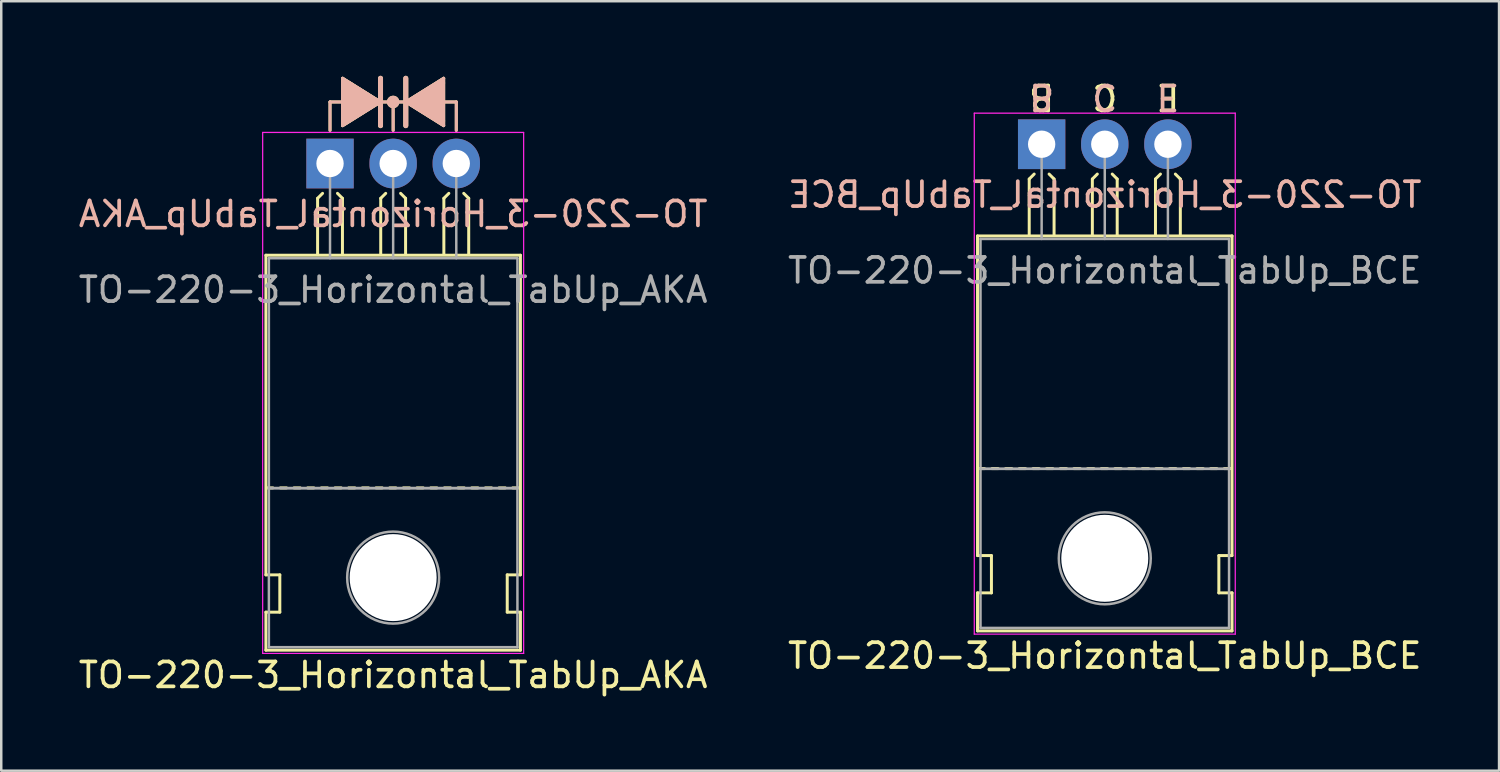
<source format=kicad_pcb>
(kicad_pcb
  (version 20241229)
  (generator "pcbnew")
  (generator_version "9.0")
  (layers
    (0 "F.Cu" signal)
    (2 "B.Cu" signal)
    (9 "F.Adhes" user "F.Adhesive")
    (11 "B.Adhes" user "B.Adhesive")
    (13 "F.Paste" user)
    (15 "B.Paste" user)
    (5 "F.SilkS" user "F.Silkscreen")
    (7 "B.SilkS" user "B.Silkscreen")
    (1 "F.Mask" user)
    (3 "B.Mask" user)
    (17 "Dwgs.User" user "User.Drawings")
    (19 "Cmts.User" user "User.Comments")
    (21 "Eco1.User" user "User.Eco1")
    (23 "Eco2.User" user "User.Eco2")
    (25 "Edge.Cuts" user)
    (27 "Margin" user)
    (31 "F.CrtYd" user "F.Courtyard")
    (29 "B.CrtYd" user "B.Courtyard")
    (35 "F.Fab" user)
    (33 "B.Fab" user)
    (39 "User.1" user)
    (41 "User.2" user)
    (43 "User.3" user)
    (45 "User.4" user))
  (footprint "TO-220-3_Horizontal_TabUp_AKA"
    (layer "F.Cu")
    (at 10.228 3.529)
    (property "Reference" "TO-220-3_Horizontal_TabUp_AKA" (at 2.54 20.58 0) (layer "F.SilkS") (effects (font (size 1 1) (thickness 0.15))))
    (fp_line (start -2.58 16.55) (end -2.58 3.69) (stroke (width 0.12) (type solid)) (layer "F.SilkS"))
    (fp_line (start -2.58 16.55) (end -2.02 16.55) (stroke (width 0.12) (type solid)) (layer "F.SilkS"))
    (fp_line (start -2.58 19.58) (end -2.58 18.05) (stroke (width 0.12) (type solid)) (layer "F.SilkS"))
    (fp_line (start -2.3 13.05) (end -2.55 13.05) (stroke (width 0.12) (type solid)) (layer "F.SilkS"))
    (fp_line (start -2.02 16.55) (end -2.02 18.05) (stroke (width 0.12) (type solid)) (layer "F.SilkS"))
    (fp_line (start -2.02 18.05) (end -2.58 18.05) (stroke (width 0.12) (type solid)) (layer "F.SilkS"))
    (fp_line (start -1.75 13.05) (end -2 13.05) (stroke (width 0.12) (type solid)) (layer "F.SilkS"))
    (fp_line (start -1.2 13.05) (end -1.45 13.05) (stroke (width 0.12) (type solid)) (layer "F.SilkS"))
    (fp_line (start -0.65 13.05) (end -0.9 13.05) (stroke (width 0.12) (type solid)) (layer "F.SilkS"))
    (fp_line (start -0.5 1.4) (end -0.3 1.2) (stroke (width 0.12) (type solid)) (layer "F.SilkS"))
    (fp_line (start -0.5 3.65) (end -0.5 1.4) (stroke (width 0.12) (type solid)) (layer "F.SilkS"))
    (fp_line (start -0.1 13.05) (end -0.35 13.05) (stroke (width 0.12) (type solid)) (layer "F.SilkS"))
    (fp_line (start 0 -2.477) (end 0.508 -2.477) (stroke (width 0.12) (type solid)) (layer "F.SilkS"))
    (fp_line (start 0 -1.333) (end 0 -2.477) (stroke (width 0.12) (type solid)) (layer "F.SilkS"))
    (fp_line (start 0.45 13.05) (end 0.2 13.05) (stroke (width 0.12) (type solid)) (layer "F.SilkS"))
    (fp_line (start 0.5 1.4) (end 0.3 1.2) (stroke (width 0.12) (type solid)) (layer "F.SilkS"))
    (fp_line (start 0.5 3.65) (end 0.5 1.4) (stroke (width 0.12) (type solid)) (layer "F.SilkS"))
    (fp_line (start 0.508 -3.429) (end 0.508 -1.524) (stroke (width 0.12) (type solid)) (layer "F.SilkS"))
    (fp_line (start 0.508 -1.524) (end 2.032 -2.477) (stroke (width 0.12) (type solid)) (layer "F.SilkS"))
    (fp_line (start 1 13.05) (end 0.75 13.05) (stroke (width 0.12) (type solid)) (layer "F.SilkS"))
    (fp_line (start 1.55 13.05) (end 1.3 13.05) (stroke (width 0.12) (type solid)) (layer "F.SilkS"))
    (fp_line (start 2.032 -2.477) (end 0.508 -3.429) (stroke (width 0.12) (type solid)) (layer "F.SilkS"))
    (fp_line (start 2.032 -1.524) (end 2.032 -3.429) (stroke (width 0.2) (type solid)) (layer "F.SilkS"))
    (fp_line (start 2.04 1.4) (end 2.24 1.2) (stroke (width 0.12) (type solid)) (layer "F.SilkS"))
    (fp_line (start 2.04 3.65) (end 2.04 1.4) (stroke (width 0.12) (type solid)) (layer "F.SilkS"))
    (fp_line (start 2.1 13.05) (end 1.85 13.05) (stroke (width 0.12) (type solid)) (layer "F.SilkS"))
    (fp_line (start 2.54 -2.477) (end 2.032 -2.477) (stroke (width 0.12) (type solid)) (layer "F.SilkS"))
    (fp_line (start 2.54 -2.477) (end 3.048 -2.477) (stroke (width 0.12) (type solid)) (layer "F.SilkS"))
    (fp_line (start 2.54 -1.333) (end 2.54 -2.477) (stroke (width 0.12) (type solid)) (layer "F.SilkS"))
    (fp_line (start 2.65 13.05) (end 2.4 13.05) (stroke (width 0.12) (type solid)) (layer "F.SilkS"))
    (fp_line (start 3.04 1.4) (end 2.84 1.2) (stroke (width 0.12) (type solid)) (layer "F.SilkS"))
    (fp_line (start 3.04 3.65) (end 3.04 1.4) (stroke (width 0.12) (type solid)) (layer "F.SilkS"))
    (fp_line (start 3.048 -3.429) (end 3.048 -1.524) (stroke (width 0.2) (type solid)) (layer "F.SilkS"))
    (fp_line (start 3.048 -2.477) (end 4.572 -3.429) (stroke (width 0.12) (type solid)) (layer "F.SilkS"))
    (fp_line (start 3.048 -2.477) (end 4.572 -1.524) (stroke (width 0.12) (type solid)) (layer "F.SilkS"))
    (fp_line (start 3.2 13.05) (end 2.95 13.05) (stroke (width 0.12) (type solid)) (layer "F.SilkS"))
    (fp_line (start 3.75 13.05) (end 3.5 13.05) (stroke (width 0.12) (type solid)) (layer "F.SilkS"))
    (fp_line (start 4.3 13.05) (end 4.05 13.05) (stroke (width 0.12) (type solid)) (layer "F.SilkS"))
    (fp_line (start 4.572 -3.239) (end 4.572 -3.429) (stroke (width 0.12) (type solid)) (layer "F.SilkS"))
    (fp_line (start 4.572 -1.714) (end 4.572 -3.239) (stroke (width 0.12) (type solid)) (layer "F.SilkS"))
    (fp_line (start 4.572 -1.714) (end 4.572 -1.524) (stroke (width 0.12) (type solid)) (layer "F.SilkS"))
    (fp_line (start 4.58 1.4) (end 4.78 1.2) (stroke (width 0.12) (type solid)) (layer "F.SilkS"))
    (fp_line (start 4.58 3.65) (end 4.58 1.4) (stroke (width 0.12) (type solid)) (layer "F.SilkS"))
    (fp_line (start 4.85 13.05) (end 4.6 13.05) (stroke (width 0.12) (type solid)) (layer "F.SilkS"))
    (fp_line (start 5.08 -2.477) (end 4.572 -2.477) (stroke (width 0.12) (type solid)) (layer "F.SilkS"))
    (fp_line (start 5.08 -1.333) (end 5.08 -2.477) (stroke (width 0.12) (type solid)) (layer "F.SilkS"))
    (fp_line (start 5.4 13.05) (end 5.15 13.05) (stroke (width 0.12) (type solid)) (layer "F.SilkS"))
    (fp_line (start 5.58 1.4) (end 5.38 1.2) (stroke (width 0.12) (type solid)) (layer "F.SilkS"))
    (fp_line (start 5.58 3.65) (end 5.58 1.4) (stroke (width 0.12) (type solid)) (layer "F.SilkS"))
    (fp_line (start 5.95 13.05) (end 5.7 13.05) (stroke (width 0.12) (type solid)) (layer "F.SilkS"))
    (fp_line (start 6.5 13.05) (end 6.25 13.05) (stroke (width 0.12) (type solid)) (layer "F.SilkS"))
    (fp_line (start 7.05 13.05) (end 6.8 13.05) (stroke (width 0.12) (type solid)) (layer "F.SilkS"))
    (fp_line (start 7.13 16.55) (end 7.655 16.55) (stroke (width 0.12) (type solid)) (layer "F.SilkS"))
    (fp_line (start 7.13 18.05) (end 7.13 16.55) (stroke (width 0.12) (type solid)) (layer "F.SilkS"))
    (fp_line (start 7.6 13.05) (end 7.35 13.05) (stroke (width 0.12) (type solid)) (layer "F.SilkS"))
    (fp_line (start 7.66 3.69) (end -2.58 3.69) (stroke (width 0.12) (type solid)) (layer "F.SilkS"))
    (fp_line (start 7.66 16.55) (end 7.66 3.69) (stroke (width 0.12) (type solid)) (layer "F.SilkS"))
    (fp_line (start 7.66 18.05) (end 7.13 18.05) (stroke (width 0.12) (type solid)) (layer "F.SilkS"))
    (fp_line (start 7.66 19.58) (end -2.58 19.58) (stroke (width 0.12) (type solid)) (layer "F.SilkS"))
    (fp_line (start 7.66 19.58) (end 7.66 18.05) (stroke (width 0.12) (type solid)) (layer "F.SilkS"))
    (fp_circle (center 2.54 -2.477) (end 2.54 -2.667) (stroke (width 0.12) (type solid)) (fill no) (layer "F.SilkS"))
    (fp_circle (center 2.54 -2.477) (end 2.54 -2.603) (stroke (width 0.12) (type solid)) (fill no) (layer "F.SilkS"))
    (fp_circle (center 2.54 -2.477) (end 2.54 -2.54) (stroke (width 0.12) (type solid)) (fill no) (layer "F.SilkS"))
    (fp_poly (pts (xy 0.508 -3.429) (xy 2.032 -2.477) (xy 0.508 -1.524)) (stroke (width 0.1) (type solid)) (fill yes) (layer "F.SilkS"))
    (fp_poly (pts (xy 3.048 -2.477) (xy 4.572 -3.429) (xy 4.572 -1.524)) (stroke (width 0.1) (type solid)) (fill yes) (layer "F.SilkS"))
    (fp_line (start 0 -2.477) (end 0.508 -2.477) (stroke (width 0.12) (type solid)) (layer "B.SilkS"))
    (fp_line (start 0 -1.333) (end 0 -2.477) (stroke (width 0.12) (type solid)) (layer "B.SilkS"))
    (fp_line (start 0.508 -3.239) (end 0.508 -3.429) (stroke (width 0.12) (type solid)) (layer "B.SilkS"))
    (fp_line (start 0.508 -1.714) (end 0.508 -3.239) (stroke (width 0.12) (type solid)) (layer "B.SilkS"))
    (fp_line (start 0.508 -1.714) (end 0.508 -1.524) (stroke (width 0.12) (type solid)) (layer "B.SilkS"))
    (fp_line (start 2.032 -3.429) (end 2.032 -1.524) (stroke (width 0.2) (type solid)) (layer "B.SilkS"))
    (fp_line (start 2.032 -2.477) (end 0.508 -3.429) (stroke (width 0.12) (type solid)) (layer "B.SilkS"))
    (fp_line (start 2.032 -2.477) (end 0.508 -1.524) (stroke (width 0.12) (type solid)) (layer "B.SilkS"))
    (fp_line (start 2.54 -2.477) (end 2.032 -2.477) (stroke (width 0.12) (type solid)) (layer "B.SilkS"))
    (fp_line (start 2.54 -2.477) (end 3.048 -2.477) (stroke (width 0.12) (type solid)) (layer "B.SilkS"))
    (fp_line (start 2.54 -1.333) (end 2.54 -2.477) (stroke (width 0.12) (type solid)) (layer "B.SilkS"))
    (fp_line (start 3.048 -2.477) (end 4.572 -3.429) (stroke (width 0.12) (type solid)) (layer "B.SilkS"))
    (fp_line (start 3.048 -1.524) (end 3.048 -3.429) (stroke (width 0.2) (type solid)) (layer "B.SilkS"))
    (fp_line (start 4.572 -3.429) (end 4.572 -1.524) (stroke (width 0.12) (type solid)) (layer "B.SilkS"))
    (fp_line (start 4.572 -1.524) (end 3.048 -2.477) (stroke (width 0.12) (type solid)) (layer "B.SilkS"))
    (fp_line (start 5.08 -2.477) (end 4.572 -2.477) (stroke (width 0.12) (type solid)) (layer "B.SilkS"))
    (fp_line (start 5.08 -1.333) (end 5.08 -2.477) (stroke (width 0.12) (type solid)) (layer "B.SilkS"))
    (fp_circle (center 2.54 -2.477) (end 2.54 -2.667) (stroke (width 0.12) (type solid)) (fill no) (layer "B.SilkS"))
    (fp_circle (center 2.54 -2.477) (end 2.54 -2.603) (stroke (width 0.12) (type solid)) (fill no) (layer "B.SilkS"))
    (fp_circle (center 2.54 -2.477) (end 2.54 -2.54) (stroke (width 0.12) (type solid)) (fill no) (layer "B.SilkS"))
    (fp_poly (pts (xy 2.032 -2.477) (xy 0.508 -3.429) (xy 0.508 -1.524)) (stroke (width 0.1) (type solid)) (fill yes) (layer "B.SilkS"))
    (fp_poly (pts (xy 4.572 -3.429) (xy 3.048 -2.477) (xy 4.572 -1.524)) (stroke (width 0.1) (type solid)) (fill yes) (layer "B.SilkS"))
    (fp_line (start -2.71 -1.25) (end -2.71 19.71) (stroke (width 0.05) (type solid)) (layer "F.CrtYd"))
    (fp_line (start -2.71 19.71) (end 7.79 19.71) (stroke (width 0.05) (type solid)) (layer "F.CrtYd"))
    (fp_line (start 7.79 -1.25) (end -2.71 -1.25) (stroke (width 0.05) (type solid)) (layer "F.CrtYd"))
    (fp_line (start 7.79 19.71) (end 7.79 -1.25) (stroke (width 0.05) (type solid)) (layer "F.CrtYd"))
    (fp_line (start -2.46 3.81) (end -2.46 13.06) (stroke (width 0.1) (type solid)) (layer "F.Fab"))
    (fp_line (start -2.46 13.06) (end -2.46 19.46) (stroke (width 0.1) (type solid)) (layer "F.Fab"))
    (fp_line (start -2.46 13.06) (end 7.54 13.06) (stroke (width 0.1) (type solid)) (layer "F.Fab"))
    (fp_line (start -2.46 19.46) (end 7.54 19.46) (stroke (width 0.1) (type solid)) (layer "F.Fab"))
    (fp_line (start 0 3.81) (end 0 0) (stroke (width 0.1) (type solid)) (layer "F.Fab"))
    (fp_line (start 2.54 3.81) (end 2.54 0) (stroke (width 0.1) (type solid)) (layer "F.Fab"))
    (fp_line (start 5.08 3.81) (end 5.08 0) (stroke (width 0.1) (type solid)) (layer "F.Fab"))
    (fp_line (start 7.54 3.81) (end -2.46 3.81) (stroke (width 0.1) (type solid)) (layer "F.Fab"))
    (fp_line (start 7.54 13.06) (end -2.46 13.06) (stroke (width 0.1) (type solid)) (layer "F.Fab"))
    (fp_line (start 7.54 13.06) (end 7.54 3.81) (stroke (width 0.1) (type solid)) (layer "F.Fab"))
    (fp_line (start 7.54 19.46) (end 7.54 13.06) (stroke (width 0.1) (type solid)) (layer "F.Fab"))
    (fp_circle (center 2.54 16.66) (end 4.39 16.66) (stroke (width 0.1) (type solid)) (fill no) (layer "F.Fab"))
    (fp_text user "${REFERENCE}" (at 2.54 2.032 0) (layer "B.SilkS") (effects (font (size 1 1) (thickness 0.15)) (justify mirror)))
    (fp_text user "${REFERENCE}" (at 2.54 5.08 0) (layer "F.Fab") (effects (font (size 1 1) (thickness 0.15))))
    (pad "" np_thru_hole oval (at 2.54 16.66) (size 3.5 3.5) (drill 3.5) (layers "*.Cu" "*.Mask"))
    (pad "1" thru_hole rect (at 0 0) (size 1.905 2) (drill 1.1) (layers "*.Cu" "*.Mask"))
    (pad "2" thru_hole oval (at 2.54 0) (size 1.905 2) (drill 1.1) (layers "*.Cu" "*.Mask"))
    (pad "3" thru_hole oval (at 5.08 0) (size 1.905 2) (drill 1.1) (layers "*.Cu" "*.Mask")))
  (footprint "TO-220-3_Horizontal_TabUp_BCE"
    (layer "F.Cu")
    (at 38.859 2.753)
    (property "Reference" "TO-220-3_Horizontal_TabUp_BCE" (at 2.54 20.58 0) (layer "F.SilkS") (effects (font (size 1 1) (thickness 0.15))))
    (fp_line (start -2.58 16.55) (end -2.58 3.69) (stroke (width 0.12) (type solid)) (layer "F.SilkS"))
    (fp_line (start -2.58 16.55) (end -2.02 16.55) (stroke (width 0.12) (type solid)) (layer "F.SilkS"))
    (fp_line (start -2.58 19.58) (end -2.58 18.05) (stroke (width 0.12) (type solid)) (layer "F.SilkS"))
    (fp_line (start -2.3 13.05) (end -2.55 13.05) (stroke (width 0.12) (type solid)) (layer "F.SilkS"))
    (fp_line (start -2.02 16.55) (end -2.02 18.05) (stroke (width 0.12) (type solid)) (layer "F.SilkS"))
    (fp_line (start -2.02 18.05) (end -2.58 18.05) (stroke (width 0.12) (type solid)) (layer "F.SilkS"))
    (fp_line (start -1.75 13.05) (end -2 13.05) (stroke (width 0.12) (type solid)) (layer "F.SilkS"))
    (fp_line (start -1.2 13.05) (end -1.45 13.05) (stroke (width 0.12) (type solid)) (layer "F.SilkS"))
    (fp_line (start -0.65 13.05) (end -0.9 13.05) (stroke (width 0.12) (type solid)) (layer "F.SilkS"))
    (fp_line (start -0.5 1.4) (end -0.3 1.2) (stroke (width 0.12) (type solid)) (layer "F.SilkS"))
    (fp_line (start -0.5 3.65) (end -0.5 1.4) (stroke (width 0.12) (type solid)) (layer "F.SilkS"))
    (fp_line (start -0.1 13.05) (end -0.35 13.05) (stroke (width 0.12) (type solid)) (layer "F.SilkS"))
    (fp_line (start 0.45 13.05) (end 0.2 13.05) (stroke (width 0.12) (type solid)) (layer "F.SilkS"))
    (fp_line (start 0.5 1.4) (end 0.3 1.2) (stroke (width 0.12) (type solid)) (layer "F.SilkS"))
    (fp_line (start 0.5 3.65) (end 0.5 1.4) (stroke (width 0.12) (type solid)) (layer "F.SilkS"))
    (fp_line (start 1 13.05) (end 0.75 13.05) (stroke (width 0.12) (type solid)) (layer "F.SilkS"))
    (fp_line (start 1.55 13.05) (end 1.3 13.05) (stroke (width 0.12) (type solid)) (layer "F.SilkS"))
    (fp_line (start 2.04 1.4) (end 2.24 1.2) (stroke (width 0.12) (type solid)) (layer "F.SilkS"))
    (fp_line (start 2.04 3.65) (end 2.04 1.4) (stroke (width 0.12) (type solid)) (layer "F.SilkS"))
    (fp_line (start 2.1 13.05) (end 1.85 13.05) (stroke (width 0.12) (type solid)) (layer "F.SilkS"))
    (fp_line (start 2.65 13.05) (end 2.4 13.05) (stroke (width 0.12) (type solid)) (layer "F.SilkS"))
    (fp_line (start 3.04 1.4) (end 2.84 1.2) (stroke (width 0.12) (type solid)) (layer "F.SilkS"))
    (fp_line (start 3.04 3.65) (end 3.04 1.4) (stroke (width 0.12) (type solid)) (layer "F.SilkS"))
    (fp_line (start 3.2 13.05) (end 2.95 13.05) (stroke (width 0.12) (type solid)) (layer "F.SilkS"))
    (fp_line (start 3.75 13.05) (end 3.5 13.05) (stroke (width 0.12) (type solid)) (layer "F.SilkS"))
    (fp_line (start 4.3 13.05) (end 4.05 13.05) (stroke (width 0.12) (type solid)) (layer "F.SilkS"))
    (fp_line (start 4.58 1.4) (end 4.78 1.2) (stroke (width 0.12) (type solid)) (layer "F.SilkS"))
    (fp_line (start 4.58 3.65) (end 4.58 1.4) (stroke (width 0.12) (type solid)) (layer "F.SilkS"))
    (fp_line (start 4.85 13.05) (end 4.6 13.05) (stroke (width 0.12) (type solid)) (layer "F.SilkS"))
    (fp_line (start 5.4 13.05) (end 5.15 13.05) (stroke (width 0.12) (type solid)) (layer "F.SilkS"))
    (fp_line (start 5.58 1.4) (end 5.38 1.2) (stroke (width 0.12) (type solid)) (layer "F.SilkS"))
    (fp_line (start 5.58 3.65) (end 5.58 1.4) (stroke (width 0.12) (type solid)) (layer "F.SilkS"))
    (fp_line (start 5.95 13.05) (end 5.7 13.05) (stroke (width 0.12) (type solid)) (layer "F.SilkS"))
    (fp_line (start 6.5 13.05) (end 6.25 13.05) (stroke (width 0.12) (type solid)) (layer "F.SilkS"))
    (fp_line (start 7.05 13.05) (end 6.8 13.05) (stroke (width 0.12) (type solid)) (layer "F.SilkS"))
    (fp_line (start 7.13 16.55) (end 7.655 16.55) (stroke (width 0.12) (type solid)) (layer "F.SilkS"))
    (fp_line (start 7.13 18.05) (end 7.13 16.55) (stroke (width 0.12) (type solid)) (layer "F.SilkS"))
    (fp_line (start 7.6 13.05) (end 7.35 13.05) (stroke (width 0.12) (type solid)) (layer "F.SilkS"))
    (fp_line (start 7.66 3.69) (end -2.58 3.69) (stroke (width 0.12) (type solid)) (layer "F.SilkS"))
    (fp_line (start 7.66 16.55) (end 7.66 3.69) (stroke (width 0.12) (type solid)) (layer "F.SilkS"))
    (fp_line (start 7.66 18.05) (end 7.13 18.05) (stroke (width 0.12) (type solid)) (layer "F.SilkS"))
    (fp_line (start 7.66 19.58) (end -2.58 19.58) (stroke (width 0.12) (type solid)) (layer "F.SilkS"))
    (fp_line (start 7.66 19.58) (end 7.66 18.05) (stroke (width 0.12) (type solid)) (layer "F.SilkS"))
    (fp_line (start -2.71 -1.25) (end -2.71 19.71) (stroke (width 0.05) (type solid)) (layer "F.CrtYd"))
    (fp_line (start -2.71 19.71) (end 7.79 19.71) (stroke (width 0.05) (type solid)) (layer "F.CrtYd"))
    (fp_line (start 7.79 -1.25) (end -2.71 -1.25) (stroke (width 0.05) (type solid)) (layer "F.CrtYd"))
    (fp_line (start 7.79 19.71) (end 7.79 -1.25) (stroke (width 0.05) (type solid)) (layer "F.CrtYd"))
    (fp_line (start -2.46 3.81) (end -2.46 13.06) (stroke (width 0.1) (type solid)) (layer "F.Fab"))
    (fp_line (start -2.46 13.06) (end -2.46 19.46) (stroke (width 0.1) (type solid)) (layer "F.Fab"))
    (fp_line (start -2.46 13.06) (end 7.54 13.06) (stroke (width 0.1) (type solid)) (layer "F.Fab"))
    (fp_line (start -2.46 19.46) (end 7.54 19.46) (stroke (width 0.1) (type solid)) (layer "F.Fab"))
    (fp_line (start 0 3.81) (end 0 0) (stroke (width 0.1) (type solid)) (layer "F.Fab"))
    (fp_line (start 2.54 3.81) (end 2.54 0) (stroke (width 0.1) (type solid)) (layer "F.Fab"))
    (fp_line (start 5.08 3.81) (end 5.08 0) (stroke (width 0.1) (type solid)) (layer "F.Fab"))
    (fp_line (start 7.54 3.81) (end -2.46 3.81) (stroke (width 0.1) (type solid)) (layer "F.Fab"))
    (fp_line (start 7.54 13.06) (end -2.46 13.06) (stroke (width 0.1) (type solid)) (layer "F.Fab"))
    (fp_line (start 7.54 13.06) (end 7.54 3.81) (stroke (width 0.1) (type solid)) (layer "F.Fab"))
    (fp_line (start 7.54 19.46) (end 7.54 13.06) (stroke (width 0.1) (type solid)) (layer "F.Fab"))
    (fp_circle (center 2.54 16.66) (end 4.39 16.66) (stroke (width 0.1) (type solid)) (fill no) (layer "F.Fab"))
    (fp_text user "B" (at 0 -1.905 180) (unlocked yes) (layer "F.SilkS") (effects (font (size 1 1) (thickness 0.15))))
    (fp_text user "E" (at 5.08 -1.905 180) (unlocked yes) (layer "F.SilkS") (effects (font (size 1 1) (thickness 0.15))))
    (fp_text user "C" (at 2.54 -1.905 180) (unlocked yes) (layer "F.SilkS") (effects (font (size 1 1) (thickness 0.15))))
    (fp_text user "B" (at 0 -1.905 180) (unlocked yes) (layer "B.SilkS") (effects (font (size 1 1) (thickness 0.15)) (justify mirror)))
    (fp_text user "${REFERENCE}" (at 2.54 2.032 0) (layer "B.SilkS") (effects (font (size 1 1) (thickness 0.15)) (justify mirror)))
    (fp_text user "E" (at 5.08 -1.905 180) (unlocked yes) (layer "B.SilkS") (effects (font (size 1 1) (thickness 0.15)) (justify mirror)))
    (fp_text user "C" (at 2.54 -1.905 180) (unlocked yes) (layer "B.SilkS") (effects (font (size 1 1) (thickness 0.15)) (justify mirror)))
    (fp_text user "${REFERENCE}" (at 2.54 5.08 0) (layer "F.Fab") (effects (font (size 1 1) (thickness 0.15))))
    (pad "" np_thru_hole oval (at 2.54 16.66) (size 3.5 3.5) (drill 3.5) (layers "*.Cu" "*.Mask"))
    (pad "1" thru_hole rect (at 0 0) (size 1.905 2) (drill 1.1) (layers "*.Cu" "*.Mask"))
    (pad "2" thru_hole oval (at 2.54 0) (size 1.905 2) (drill 1.1) (layers "*.Cu" "*.Mask"))
    (pad "3" thru_hole oval (at 5.08 0) (size 1.905 2) (drill 1.1) (layers "*.Cu" "*.Mask")))
  (gr_rect
    (start -3 -3)
    (end 57.262 27.957)
    (stroke (width 0.1) (type default))
    (fill no)
    (layer "Edge.Cuts")))
</source>
